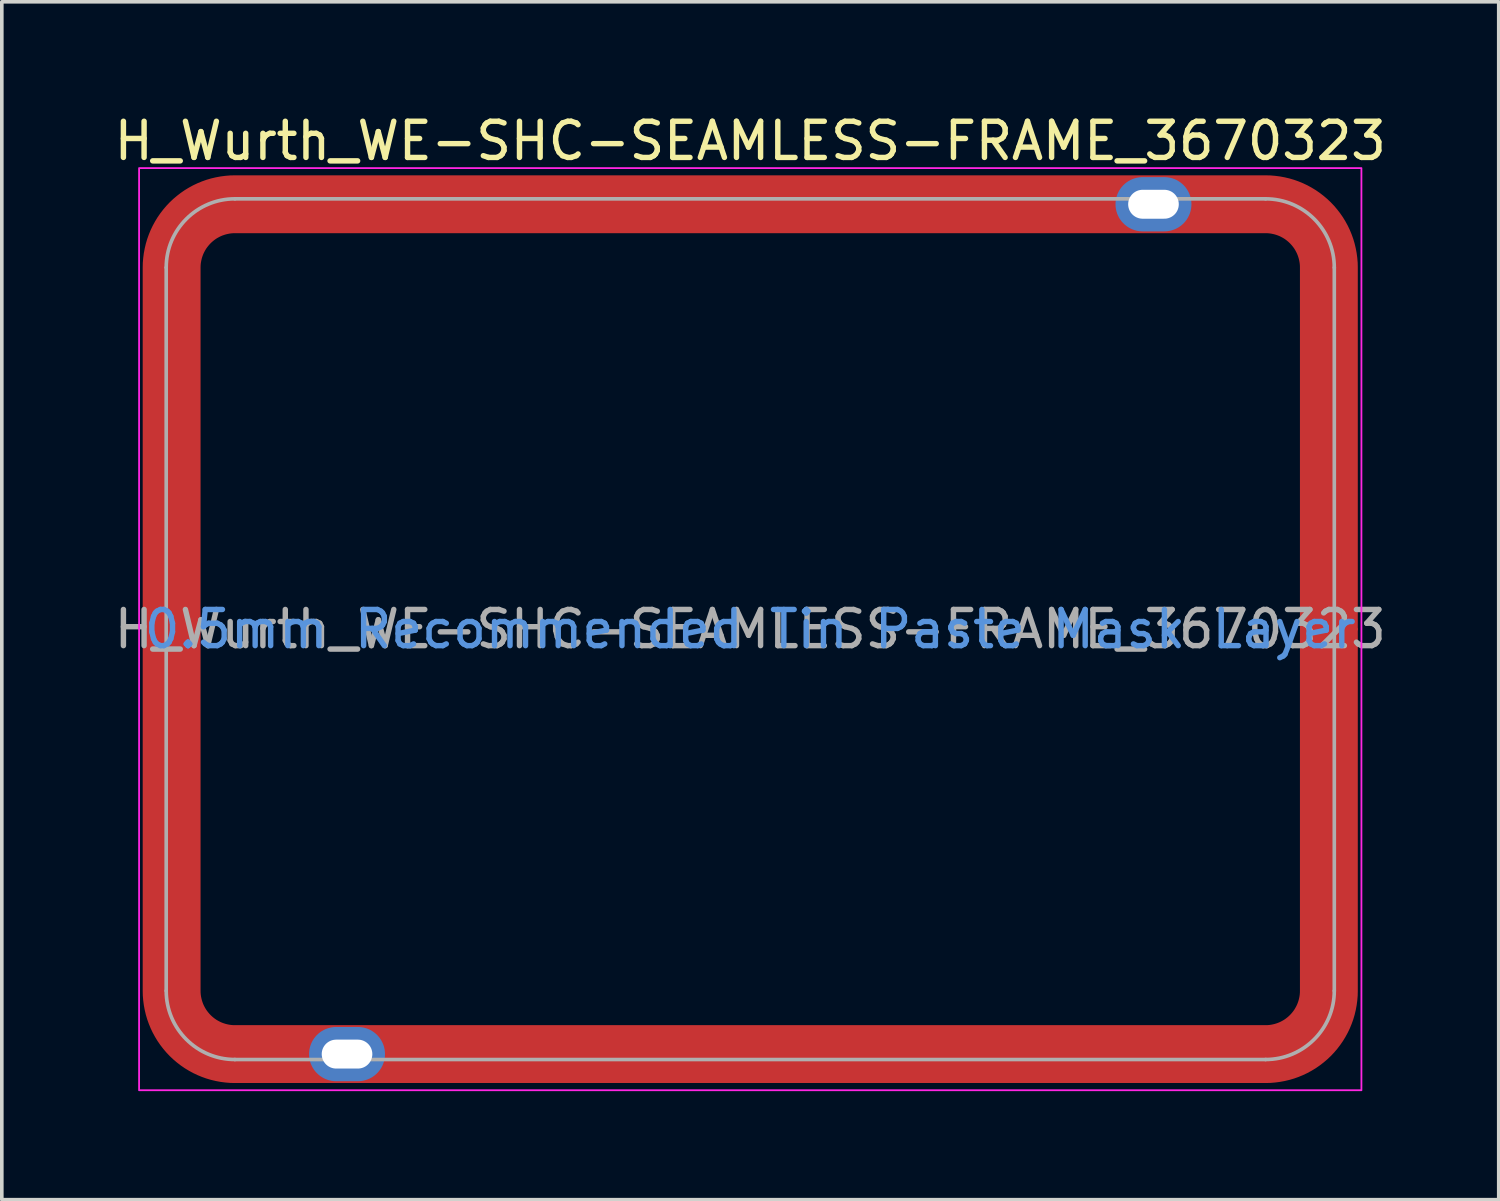
<source format=kicad_pcb>
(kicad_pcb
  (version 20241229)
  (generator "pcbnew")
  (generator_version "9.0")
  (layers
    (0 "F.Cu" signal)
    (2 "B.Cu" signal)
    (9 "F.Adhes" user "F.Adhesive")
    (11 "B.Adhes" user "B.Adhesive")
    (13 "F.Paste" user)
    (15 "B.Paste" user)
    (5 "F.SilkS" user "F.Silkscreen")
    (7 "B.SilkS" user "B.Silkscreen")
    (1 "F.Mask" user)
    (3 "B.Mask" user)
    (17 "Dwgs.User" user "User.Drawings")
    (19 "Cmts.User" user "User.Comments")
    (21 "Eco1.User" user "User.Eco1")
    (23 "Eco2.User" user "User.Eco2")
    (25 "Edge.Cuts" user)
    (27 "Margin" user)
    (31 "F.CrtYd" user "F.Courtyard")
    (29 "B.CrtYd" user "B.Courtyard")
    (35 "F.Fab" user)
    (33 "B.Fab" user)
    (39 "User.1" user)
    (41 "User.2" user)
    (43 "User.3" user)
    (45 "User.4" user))
  (footprint "H_Wurth_WE-SHC-SEAMLESS-FRAME_3670323"
    (layer "F.Cu")
    (at 17.696 14.348)
    (property "Reference" "H_Wurth_WE-SHC-SEAMLESS-FRAME_3670323" (at 0 -13.5 0) (unlocked yes) (layer "F.SilkS") (effects (font (size 1 1) (thickness 0.15))))
    (attr smd)
    (fp_poly (pts (xy -15.25 0.004) (xy -16.75 0.004) (xy -16.75 -10) (xy -16.747 -10.131) (xy -16.736 -10.261) (xy -16.719 -10.391) (xy -16.695 -10.52) (xy -16.665 -10.647) (xy -16.628 -10.773) (xy -16.584 -10.896) (xy -16.534 -11.017) (xy -16.478 -11.135) (xy -16.415 -11.25) (xy -16.347 -11.362) (xy -16.273 -11.469) (xy -16.193 -11.573) (xy -16.108 -11.673) (xy -16.018 -11.768) (xy -15.923 -11.858) (xy -15.823 -11.943) (xy -15.719 -12.023) (xy -15.612 -12.097) (xy -15.5 -12.165) (xy -15.385 -12.228) (xy -15.267 -12.284) (xy -15.146 -12.334) (xy -15.023 -12.378) (xy -14.897 -12.415) (xy -14.77 -12.445) (xy -14.641 -12.469) (xy -14.511 -12.486) (xy -14.381 -12.497) (xy -14.25 -12.5) (xy 14.25 -12.5) (xy 14.381 -12.497) (xy 14.511 -12.486) (xy 14.641 -12.469) (xy 14.77 -12.445) (xy 14.897 -12.415) (xy 15.023 -12.378) (xy 15.146 -12.334) (xy 15.267 -12.284) (xy 15.385 -12.228) (xy 15.5 -12.165) (xy 15.612 -12.097) (xy 15.719 -12.023) (xy 15.823 -11.943) (xy 15.923 -11.858) (xy 16.018 -11.768) (xy 16.108 -11.673) (xy 16.193 -11.573) (xy 16.273 -11.469) (xy 16.347 -11.362) (xy 16.415 -11.25) (xy 16.478 -11.135) (xy 16.534 -11.017) (xy 16.584 -10.896) (xy 16.628 -10.773) (xy 16.665 -10.647) (xy 16.695 -10.52) (xy 16.719 -10.391) (xy 16.736 -10.261) (xy 16.747 -10.131) (xy 16.75 -10) (xy 16.75 0.004) (xy 15.25 0.004) (xy 15.25 -10) (xy 15.249 -10.052) (xy 15.245 -10.105) (xy 15.238 -10.156) (xy 15.228 -10.208) (xy 15.216 -10.259) (xy 15.201 -10.309) (xy 15.184 -10.358) (xy 15.164 -10.407) (xy 15.141 -10.454) (xy 15.116 -10.5) (xy 15.089 -10.545) (xy 15.059 -10.588) (xy 15.027 -10.629) (xy 14.993 -10.669) (xy 14.957 -10.707) (xy 14.919 -10.743) (xy 14.879 -10.777) (xy 14.838 -10.809) (xy 14.795 -10.839) (xy 14.75 -10.866) (xy 14.704 -10.891) (xy 14.657 -10.914) (xy 14.608 -10.934) (xy 14.559 -10.951) (xy 14.509 -10.966) (xy 14.458 -10.978) (xy 14.406 -10.988) (xy 14.355 -10.995) (xy 14.302 -10.999) (xy 14.25 -11) (xy -14.25 -11) (xy -14.302 -10.999) (xy -14.355 -10.995) (xy -14.406 -10.988) (xy -14.458 -10.978) (xy -14.509 -10.966) (xy -14.559 -10.951) (xy -14.608 -10.934) (xy -14.657 -10.914) (xy -14.704 -10.891) (xy -14.75 -10.866) (xy -14.795 -10.839) (xy -14.838 -10.809) (xy -14.879 -10.777) (xy -14.919 -10.743) (xy -14.957 -10.707) (xy -14.993 -10.669) (xy -15.027 -10.629) (xy -15.059 -10.588) (xy -15.089 -10.545) (xy -15.116 -10.5) (xy -15.141 -10.454) (xy -15.164 -10.407) (xy -15.184 -10.358) (xy -15.201 -10.309) (xy -15.216 -10.259) (xy -15.228 -10.208) (xy -15.238 -10.156) (xy -15.245 -10.105) (xy -15.249 -10.052) (xy -15.25 -10) (xy -15.25 -0.25)) (stroke (width 0.1) (type solid)) (fill yes) (layer "F.Cu"))
    (fp_poly (pts (xy 15.25 -0.004) (xy 16.75 -0.004) (xy 16.75 10) (xy 16.747 10.131) (xy 16.736 10.261) (xy 16.719 10.391) (xy 16.695 10.52) (xy 16.665 10.647) (xy 16.628 10.773) (xy 16.584 10.896) (xy 16.534 11.017) (xy 16.478 11.135) (xy 16.415 11.25) (xy 16.347 11.362) (xy 16.273 11.469) (xy 16.193 11.573) (xy 16.108 11.673) (xy 16.018 11.768) (xy 15.923 11.858) (xy 15.823 11.943) (xy 15.719 12.023) (xy 15.612 12.097) (xy 15.5 12.165) (xy 15.385 12.228) (xy 15.267 12.284) (xy 15.146 12.334) (xy 15.023 12.378) (xy 14.897 12.415) (xy 14.77 12.445) (xy 14.641 12.469) (xy 14.511 12.486) (xy 14.381 12.497) (xy 14.25 12.5) (xy -14.25 12.5) (xy -14.381 12.497) (xy -14.511 12.486) (xy -14.641 12.469) (xy -14.77 12.445) (xy -14.897 12.415) (xy -15.023 12.378) (xy -15.146 12.334) (xy -15.267 12.284) (xy -15.385 12.228) (xy -15.5 12.165) (xy -15.612 12.097) (xy -15.719 12.023) (xy -15.823 11.943) (xy -15.923 11.858) (xy -16.018 11.768) (xy -16.108 11.673) (xy -16.193 11.573) (xy -16.273 11.469) (xy -16.347 11.362) (xy -16.415 11.25) (xy -16.478 11.135) (xy -16.534 11.017) (xy -16.584 10.896) (xy -16.628 10.773) (xy -16.665 10.647) (xy -16.695 10.52) (xy -16.719 10.391) (xy -16.736 10.261) (xy -16.747 10.131) (xy -16.75 10) (xy -16.75 -0.004) (xy -15.25 -0.004) (xy -15.25 10) (xy -15.249 10.052) (xy -15.245 10.105) (xy -15.238 10.156) (xy -15.228 10.208) (xy -15.216 10.259) (xy -15.201 10.309) (xy -15.184 10.358) (xy -15.164 10.407) (xy -15.141 10.454) (xy -15.116 10.5) (xy -15.089 10.545) (xy -15.059 10.588) (xy -15.027 10.629) (xy -14.993 10.669) (xy -14.957 10.707) (xy -14.919 10.743) (xy -14.879 10.777) (xy -14.838 10.809) (xy -14.795 10.839) (xy -14.75 10.866) (xy -14.704 10.891) (xy -14.657 10.914) (xy -14.608 10.934) (xy -14.559 10.951) (xy -14.509 10.966) (xy -14.458 10.978) (xy -14.406 10.988) (xy -14.355 10.995) (xy -14.302 10.999) (xy -14.25 11) (xy 14.25 11) (xy 14.302 10.999) (xy 14.355 10.995) (xy 14.406 10.988) (xy 14.458 10.978) (xy 14.509 10.966) (xy 14.559 10.951) (xy 14.608 10.934) (xy 14.657 10.914) (xy 14.704 10.891) (xy 14.75 10.866) (xy 14.795 10.839) (xy 14.838 10.809) (xy 14.879 10.777) (xy 14.919 10.743) (xy 14.957 10.707) (xy 14.993 10.669) (xy 15.027 10.629) (xy 15.059 10.588) (xy 15.089 10.545) (xy 15.116 10.5) (xy 15.141 10.454) (xy 15.164 10.407) (xy 15.184 10.358) (xy 15.201 10.309) (xy 15.216 10.259) (xy 15.228 10.208) (xy 15.238 10.156) (xy 15.245 10.105) (xy 15.249 10.052) (xy 15.25 10) (xy 15.25 0.25)) (stroke (width 0.1) (type solid)) (fill yes) (layer "F.Cu"))
    (fp_poly (pts (xy -15.25 0.004) (xy -16.75 0.004) (xy -16.75 -10) (xy -16.747 -10.131) (xy -16.736 -10.261) (xy -16.719 -10.391) (xy -16.695 -10.52) (xy -16.665 -10.647) (xy -16.628 -10.773) (xy -16.584 -10.896) (xy -16.534 -11.017) (xy -16.478 -11.135) (xy -16.415 -11.25) (xy -16.347 -11.362) (xy -16.273 -11.469) (xy -16.193 -11.573) (xy -16.108 -11.673) (xy -16.018 -11.768) (xy -15.923 -11.858) (xy -15.823 -11.943) (xy -15.719 -12.023) (xy -15.612 -12.097) (xy -15.5 -12.165) (xy -15.385 -12.228) (xy -15.267 -12.284) (xy -15.146 -12.334) (xy -15.023 -12.378) (xy -14.897 -12.415) (xy -14.77 -12.445) (xy -14.641 -12.469) (xy -14.511 -12.486) (xy -14.381 -12.497) (xy -14.25 -12.5) (xy 14.25 -12.5) (xy 14.381 -12.497) (xy 14.511 -12.486) (xy 14.641 -12.469) (xy 14.77 -12.445) (xy 14.897 -12.415) (xy 15.023 -12.378) (xy 15.146 -12.334) (xy 15.267 -12.284) (xy 15.385 -12.228) (xy 15.5 -12.165) (xy 15.612 -12.097) (xy 15.719 -12.023) (xy 15.823 -11.943) (xy 15.923 -11.858) (xy 16.018 -11.768) (xy 16.108 -11.673) (xy 16.193 -11.573) (xy 16.273 -11.469) (xy 16.347 -11.362) (xy 16.415 -11.25) (xy 16.478 -11.135) (xy 16.534 -11.017) (xy 16.584 -10.896) (xy 16.628 -10.773) (xy 16.665 -10.647) (xy 16.695 -10.52) (xy 16.719 -10.391) (xy 16.736 -10.261) (xy 16.747 -10.131) (xy 16.75 -10) (xy 16.75 0.004) (xy 15.25 0.004) (xy 15.25 -10) (xy 15.249 -10.052) (xy 15.245 -10.105) (xy 15.238 -10.156) (xy 15.228 -10.208) (xy 15.216 -10.259) (xy 15.201 -10.309) (xy 15.184 -10.358) (xy 15.164 -10.407) (xy 15.141 -10.454) (xy 15.116 -10.5) (xy 15.089 -10.545) (xy 15.059 -10.588) (xy 15.027 -10.629) (xy 14.993 -10.669) (xy 14.957 -10.707) (xy 14.919 -10.743) (xy 14.879 -10.777) (xy 14.838 -10.809) (xy 14.795 -10.839) (xy 14.75 -10.866) (xy 14.704 -10.891) (xy 14.657 -10.914) (xy 14.608 -10.934) (xy 14.559 -10.951) (xy 14.509 -10.966) (xy 14.458 -10.978) (xy 14.406 -10.988) (xy 14.355 -10.995) (xy 14.302 -10.999) (xy 14.25 -11) (xy -14.25 -11) (xy -14.302 -10.999) (xy -14.355 -10.995) (xy -14.406 -10.988) (xy -14.458 -10.978) (xy -14.509 -10.966) (xy -14.559 -10.951) (xy -14.608 -10.934) (xy -14.657 -10.914) (xy -14.704 -10.891) (xy -14.75 -10.866) (xy -14.795 -10.839) (xy -14.838 -10.809) (xy -14.879 -10.777) (xy -14.919 -10.743) (xy -14.957 -10.707) (xy -14.993 -10.669) (xy -15.027 -10.629) (xy -15.059 -10.588) (xy -15.089 -10.545) (xy -15.116 -10.5) (xy -15.141 -10.454) (xy -15.164 -10.407) (xy -15.184 -10.358) (xy -15.201 -10.309) (xy -15.216 -10.259) (xy -15.228 -10.208) (xy -15.238 -10.156) (xy -15.245 -10.105) (xy -15.249 -10.052) (xy -15.25 -10) (xy -15.25 -0.25)) (stroke (width 0.1) (type solid)) (fill yes) (layer "F.Mask"))
    (fp_poly (pts (xy 15.25 -0.004) (xy 16.75 -0.004) (xy 16.75 10) (xy 16.747 10.131) (xy 16.736 10.261) (xy 16.719 10.391) (xy 16.695 10.52) (xy 16.665 10.647) (xy 16.628 10.773) (xy 16.584 10.896) (xy 16.534 11.017) (xy 16.478 11.135) (xy 16.415 11.25) (xy 16.347 11.362) (xy 16.273 11.469) (xy 16.193 11.573) (xy 16.108 11.673) (xy 16.018 11.768) (xy 15.923 11.858) (xy 15.823 11.943) (xy 15.719 12.023) (xy 15.612 12.097) (xy 15.5 12.165) (xy 15.385 12.228) (xy 15.267 12.284) (xy 15.146 12.334) (xy 15.023 12.378) (xy 14.897 12.415) (xy 14.77 12.445) (xy 14.641 12.469) (xy 14.511 12.486) (xy 14.381 12.497) (xy 14.25 12.5) (xy -14.25 12.5) (xy -14.381 12.497) (xy -14.511 12.486) (xy -14.641 12.469) (xy -14.77 12.445) (xy -14.897 12.415) (xy -15.023 12.378) (xy -15.146 12.334) (xy -15.267 12.284) (xy -15.385 12.228) (xy -15.5 12.165) (xy -15.612 12.097) (xy -15.719 12.023) (xy -15.823 11.943) (xy -15.923 11.858) (xy -16.018 11.768) (xy -16.108 11.673) (xy -16.193 11.573) (xy -16.273 11.469) (xy -16.347 11.362) (xy -16.415 11.25) (xy -16.478 11.135) (xy -16.534 11.017) (xy -16.584 10.896) (xy -16.628 10.773) (xy -16.665 10.647) (xy -16.695 10.52) (xy -16.719 10.391) (xy -16.736 10.261) (xy -16.747 10.131) (xy -16.75 10) (xy -16.75 -0.004) (xy -15.25 -0.004) (xy -15.25 10) (xy -15.249 10.052) (xy -15.245 10.105) (xy -15.238 10.156) (xy -15.228 10.208) (xy -15.216 10.259) (xy -15.201 10.309) (xy -15.184 10.358) (xy -15.164 10.407) (xy -15.141 10.454) (xy -15.116 10.5) (xy -15.089 10.545) (xy -15.059 10.588) (xy -15.027 10.629) (xy -14.993 10.669) (xy -14.957 10.707) (xy -14.919 10.743) (xy -14.879 10.777) (xy -14.838 10.809) (xy -14.795 10.839) (xy -14.75 10.866) (xy -14.704 10.891) (xy -14.657 10.914) (xy -14.608 10.934) (xy -14.559 10.951) (xy -14.509 10.966) (xy -14.458 10.978) (xy -14.406 10.988) (xy -14.355 10.995) (xy -14.302 10.999) (xy -14.25 11) (xy 14.25 11) (xy 14.302 10.999) (xy 14.355 10.995) (xy 14.406 10.988) (xy 14.458 10.978) (xy 14.509 10.966) (xy 14.559 10.951) (xy 14.608 10.934) (xy 14.657 10.914) (xy 14.704 10.891) (xy 14.75 10.866) (xy 14.795 10.839) (xy 14.838 10.809) (xy 14.879 10.777) (xy 14.919 10.743) (xy 14.957 10.707) (xy 14.993 10.669) (xy 15.027 10.629) (xy 15.059 10.588) (xy 15.089 10.545) (xy 15.116 10.5) (xy 15.141 10.454) (xy 15.164 10.407) (xy 15.184 10.358) (xy 15.201 10.309) (xy 15.216 10.259) (xy 15.228 10.208) (xy 15.238 10.156) (xy 15.245 10.105) (xy 15.249 10.052) (xy 15.25 10) (xy 15.25 0.25)) (stroke (width 0.1) (type solid)) (fill yes) (layer "F.Mask"))
    (fp_poly (pts (xy -15.25 0.004) (xy -16.75 0.004) (xy -16.75 -10) (xy -16.747 -10.131) (xy -16.736 -10.261) (xy -16.719 -10.391) (xy -16.695 -10.52) (xy -16.665 -10.647) (xy -16.628 -10.773) (xy -16.584 -10.896) (xy -16.534 -11.017) (xy -16.478 -11.135) (xy -16.415 -11.25) (xy -16.347 -11.362) (xy -16.273 -11.469) (xy -16.193 -11.573) (xy -16.108 -11.673) (xy -16.018 -11.768) (xy -15.923 -11.858) (xy -15.823 -11.943) (xy -15.719 -12.023) (xy -15.612 -12.097) (xy -15.5 -12.165) (xy -15.385 -12.228) (xy -15.267 -12.284) (xy -15.146 -12.334) (xy -15.023 -12.378) (xy -14.897 -12.415) (xy -14.77 -12.445) (xy -14.641 -12.469) (xy -14.511 -12.486) (xy -14.381 -12.497) (xy -14.25 -12.5) (xy 14.25 -12.5) (xy 14.381 -12.497) (xy 14.511 -12.486) (xy 14.641 -12.469) (xy 14.77 -12.445) (xy 14.897 -12.415) (xy 15.023 -12.378) (xy 15.146 -12.334) (xy 15.267 -12.284) (xy 15.385 -12.228) (xy 15.5 -12.165) (xy 15.612 -12.097) (xy 15.719 -12.023) (xy 15.823 -11.943) (xy 15.923 -11.858) (xy 16.018 -11.768) (xy 16.108 -11.673) (xy 16.193 -11.573) (xy 16.273 -11.469) (xy 16.347 -11.362) (xy 16.415 -11.25) (xy 16.478 -11.135) (xy 16.534 -11.017) (xy 16.584 -10.896) (xy 16.628 -10.773) (xy 16.665 -10.647) (xy 16.695 -10.52) (xy 16.719 -10.391) (xy 16.736 -10.261) (xy 16.747 -10.131) (xy 16.75 -10) (xy 16.75 0.004) (xy 15.25 0.004) (xy 15.25 -10) (xy 15.249 -10.052) (xy 15.245 -10.105) (xy 15.238 -10.156) (xy 15.228 -10.208) (xy 15.216 -10.259) (xy 15.201 -10.309) (xy 15.184 -10.358) (xy 15.164 -10.407) (xy 15.141 -10.454) (xy 15.116 -10.5) (xy 15.089 -10.545) (xy 15.059 -10.588) (xy 15.027 -10.629) (xy 14.993 -10.669) (xy 14.957 -10.707) (xy 14.919 -10.743) (xy 14.879 -10.777) (xy 14.838 -10.809) (xy 14.795 -10.839) (xy 14.75 -10.866) (xy 14.704 -10.891) (xy 14.657 -10.914) (xy 14.608 -10.934) (xy 14.559 -10.951) (xy 14.509 -10.966) (xy 14.458 -10.978) (xy 14.406 -10.988) (xy 14.355 -10.995) (xy 14.302 -10.999) (xy 14.25 -11) (xy -14.25 -11) (xy -14.302 -10.999) (xy -14.355 -10.995) (xy -14.406 -10.988) (xy -14.458 -10.978) (xy -14.509 -10.966) (xy -14.559 -10.951) (xy -14.608 -10.934) (xy -14.657 -10.914) (xy -14.704 -10.891) (xy -14.75 -10.866) (xy -14.795 -10.839) (xy -14.838 -10.809) (xy -14.879 -10.777) (xy -14.919 -10.743) (xy -14.957 -10.707) (xy -14.993 -10.669) (xy -15.027 -10.629) (xy -15.059 -10.588) (xy -15.089 -10.545) (xy -15.116 -10.5) (xy -15.141 -10.454) (xy -15.164 -10.407) (xy -15.184 -10.358) (xy -15.201 -10.309) (xy -15.216 -10.259) (xy -15.228 -10.208) (xy -15.238 -10.156) (xy -15.245 -10.105) (xy -15.249 -10.052) (xy -15.25 -10) (xy -15.25 -0.25)) (stroke (width 0.1) (type solid)) (fill yes) (layer "F.Paste"))
    (fp_poly (pts (xy 15.25 -0.004) (xy 16.75 -0.004) (xy 16.75 10) (xy 16.747 10.131) (xy 16.736 10.261) (xy 16.719 10.391) (xy 16.695 10.52) (xy 16.665 10.647) (xy 16.628 10.773) (xy 16.584 10.896) (xy 16.534 11.017) (xy 16.478 11.135) (xy 16.415 11.25) (xy 16.347 11.362) (xy 16.273 11.469) (xy 16.193 11.573) (xy 16.108 11.673) (xy 16.018 11.768) (xy 15.923 11.858) (xy 15.823 11.943) (xy 15.719 12.023) (xy 15.612 12.097) (xy 15.5 12.165) (xy 15.385 12.228) (xy 15.267 12.284) (xy 15.146 12.334) (xy 15.023 12.378) (xy 14.897 12.415) (xy 14.77 12.445) (xy 14.641 12.469) (xy 14.511 12.486) (xy 14.381 12.497) (xy 14.25 12.5) (xy -14.25 12.5) (xy -14.381 12.497) (xy -14.511 12.486) (xy -14.641 12.469) (xy -14.77 12.445) (xy -14.897 12.415) (xy -15.023 12.378) (xy -15.146 12.334) (xy -15.267 12.284) (xy -15.385 12.228) (xy -15.5 12.165) (xy -15.612 12.097) (xy -15.719 12.023) (xy -15.823 11.943) (xy -15.923 11.858) (xy -16.018 11.768) (xy -16.108 11.673) (xy -16.193 11.573) (xy -16.273 11.469) (xy -16.347 11.362) (xy -16.415 11.25) (xy -16.478 11.135) (xy -16.534 11.017) (xy -16.584 10.896) (xy -16.628 10.773) (xy -16.665 10.647) (xy -16.695 10.52) (xy -16.719 10.391) (xy -16.736 10.261) (xy -16.747 10.131) (xy -16.75 10) (xy -16.75 -0.004) (xy -15.25 -0.004) (xy -15.25 10) (xy -15.249 10.052) (xy -15.245 10.105) (xy -15.238 10.156) (xy -15.228 10.208) (xy -15.216 10.259) (xy -15.201 10.309) (xy -15.184 10.358) (xy -15.164 10.407) (xy -15.141 10.454) (xy -15.116 10.5) (xy -15.089 10.545) (xy -15.059 10.588) (xy -15.027 10.629) (xy -14.993 10.669) (xy -14.957 10.707) (xy -14.919 10.743) (xy -14.879 10.777) (xy -14.838 10.809) (xy -14.795 10.839) (xy -14.75 10.866) (xy -14.704 10.891) (xy -14.657 10.914) (xy -14.608 10.934) (xy -14.559 10.951) (xy -14.509 10.966) (xy -14.458 10.978) (xy -14.406 10.988) (xy -14.355 10.995) (xy -14.302 10.999) (xy -14.25 11) (xy 14.25 11) (xy 14.302 10.999) (xy 14.355 10.995) (xy 14.406 10.988) (xy 14.458 10.978) (xy 14.509 10.966) (xy 14.559 10.951) (xy 14.608 10.934) (xy 14.657 10.914) (xy 14.704 10.891) (xy 14.75 10.866) (xy 14.795 10.839) (xy 14.838 10.809) (xy 14.879 10.777) (xy 14.919 10.743) (xy 14.957 10.707) (xy 14.993 10.669) (xy 15.027 10.629) (xy 15.059 10.588) (xy 15.089 10.545) (xy 15.116 10.5) (xy 15.141 10.454) (xy 15.164 10.407) (xy 15.184 10.358) (xy 15.201 10.309) (xy 15.216 10.259) (xy 15.228 10.208) (xy 15.238 10.156) (xy 15.245 10.105) (xy 15.249 10.052) (xy 15.25 10) (xy 15.25 0.25)) (stroke (width 0.1) (type solid)) (fill yes) (layer "F.Paste"))
    (fp_rect (start -16.9 -12.75) (end 16.9 12.75) (stroke (width 0.05) (type solid)) (fill no) (layer "F.CrtYd"))
    (fp_line (start -16.15 10) (end -16.15 -10) (stroke (width 0.1) (type solid)) (layer "F.Fab"))
    (fp_line (start -14.25 -11.9) (end 14.25 -11.9) (stroke (width 0.1) (type solid)) (layer "F.Fab"))
    (fp_line (start -14.25 11.9) (end 14.25 11.9) (stroke (width 0.1) (type solid)) (layer "F.Fab"))
    (fp_line (start 16.15 10) (end 16.15 -10) (stroke (width 0.1) (type solid)) (layer "F.Fab"))
    (fp_arc (start -16.15 -10) (mid -15.593503 -11.343502) (end -14.250001 -11.899999) (stroke (width 0.1) (type default)) (layer "F.Fab"))
    (fp_arc (start -14.25 11.9) (mid -15.593502 11.343503) (end -16.149999 10.000001) (stroke (width 0.1) (type default)) (layer "F.Fab"))
    (fp_arc (start 14.25 -11.9) (mid 15.593502 -11.343503) (end 16.149999 -10.000001) (stroke (width 0.1) (type default)) (layer "F.Fab"))
    (fp_arc (start 16.15 10) (mid 15.593503 11.343502) (end 14.250001 11.899999) (stroke (width 0.1) (type default)) (layer "F.Fab"))
    (fp_text user "0.5mm Recommended Tin Paste Mask Layer" (at 0 0 0) (unlocked yes) (layer "Cmts.User") (effects (font (size 1 1) (thickness 0.15))))
    (fp_text user "${REFERENCE}" (at 0 0 0) (unlocked yes) (layer "F.Fab") (effects (font (size 1 1) (thickness 0.15))))
    (pad "1" thru_hole oval (at -11.15 11.75) (size 2.1 1.5) (drill oval 1.4 0.8) (layers "*.Cu" "*.Mask"))
    (pad "1" thru_hole oval (at 11.15 -11.75) (size 2.1 1.5) (drill oval 1.4 0.8) (layers "*.Cu" "*.Mask")))
  (gr_rect
    (start -3 -3)
    (end 38.393 30.123)
    (stroke (width 0.1) (type default))
    (fill no)
    (layer "Edge.Cuts")))
</source>
